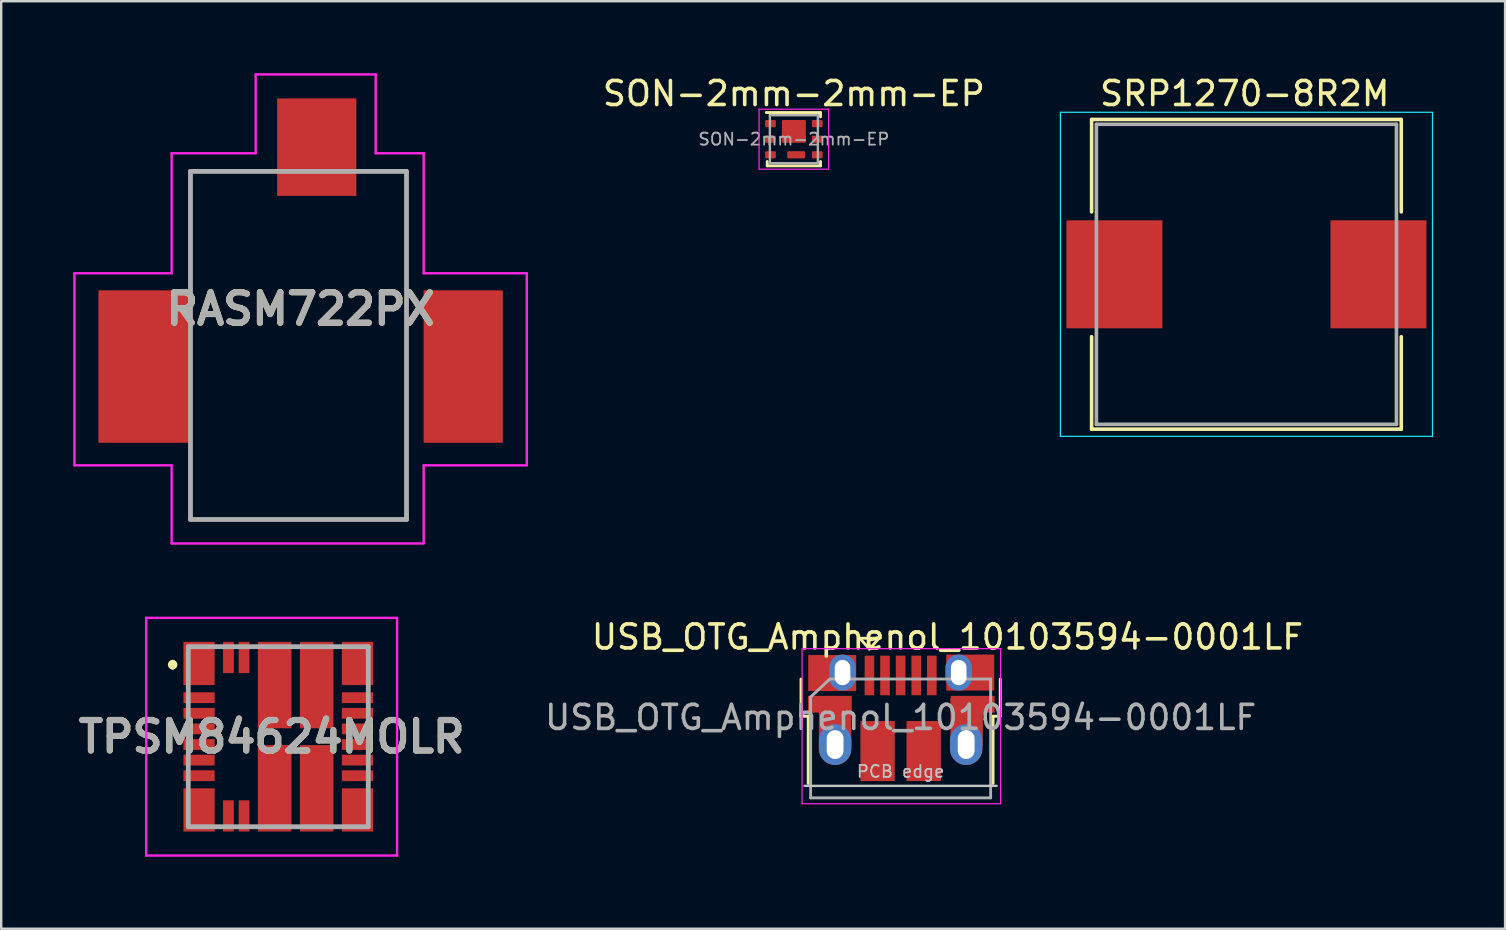
<source format=kicad_pcb>
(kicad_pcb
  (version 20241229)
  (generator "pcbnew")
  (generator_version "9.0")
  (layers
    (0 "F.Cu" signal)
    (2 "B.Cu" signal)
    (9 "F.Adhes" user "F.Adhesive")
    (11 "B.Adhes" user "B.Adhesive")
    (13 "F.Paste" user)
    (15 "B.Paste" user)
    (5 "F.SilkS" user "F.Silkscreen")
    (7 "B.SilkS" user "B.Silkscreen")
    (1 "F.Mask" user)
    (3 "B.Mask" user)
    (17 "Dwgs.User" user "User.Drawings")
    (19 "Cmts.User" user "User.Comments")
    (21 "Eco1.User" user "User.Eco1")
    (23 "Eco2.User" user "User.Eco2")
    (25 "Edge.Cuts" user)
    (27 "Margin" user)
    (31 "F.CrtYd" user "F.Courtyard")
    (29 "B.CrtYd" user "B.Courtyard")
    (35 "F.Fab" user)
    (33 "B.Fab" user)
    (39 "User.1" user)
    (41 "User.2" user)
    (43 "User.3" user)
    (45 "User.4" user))
  (footprint "TPSM84624MOLR"
    (layer "F.Cu")
    (at 8.542 27.64)
    (property "Reference" "TPSM84624MOLR" (at -0.275 0 0) (layer "F.SilkS") (effects (font (size 1.27 1.27) (thickness 0.254))))
    (attr smd)
    (fp_line (start -4.4 -3.1) (end -4.4 -3.1) (stroke (width 0.2) (type solid)) (layer "F.SilkS"))
    (fp_line (start -4.4 -2.9) (end -4.4 -2.9) (stroke (width 0.2) (type solid)) (layer "F.SilkS"))
    (fp_arc (start -4.4 -3.1) (mid -4.3 -3) (end -4.4 -2.9) (stroke (width 0.2) (type solid)) (layer "F.SilkS"))
    (fp_arc (start -4.4 -2.9) (mid -4.5 -3) (end -4.4 -3.1) (stroke (width 0.2) (type solid)) (layer "F.SilkS"))
    (fp_line (start -5.5 -4.95) (end 4.95 -4.95) (stroke (width 0.1) (type solid)) (layer "F.CrtYd"))
    (fp_line (start -5.5 4.95) (end -5.5 -4.95) (stroke (width 0.1) (type solid)) (layer "F.CrtYd"))
    (fp_line (start 4.95 -4.95) (end 4.95 4.95) (stroke (width 0.1) (type solid)) (layer "F.CrtYd"))
    (fp_line (start 4.95 4.95) (end -5.5 4.95) (stroke (width 0.1) (type solid)) (layer "F.CrtYd"))
    (fp_line (start -3.75 -3.75) (end 3.75 -3.75) (stroke (width 0.2) (type solid)) (layer "F.Fab"))
    (fp_line (start -3.75 3.75) (end -3.75 -3.75) (stroke (width 0.2) (type solid)) (layer "F.Fab"))
    (fp_line (start 3.75 -3.75) (end 3.75 3.75) (stroke (width 0.2) (type solid)) (layer "F.Fab"))
    (fp_line (start 3.75 3.75) (end -3.75 3.75) (stroke (width 0.2) (type solid)) (layer "F.Fab"))
    (fp_text user "${REFERENCE}" (at -0.275 0 0) (layer "F.Fab") (effects (font (size 1.27 1.27) (thickness 0.254))))
    (pad "1" smd rect (at -3.3 -3.05) (size 1.3 1.8) (layers "F.Cu" "F.Mask" "F.Paste"))
    (pad "2" smd rect (at -3.3 -1.625 90) (size 0.45 1.3) (layers "F.Cu" "F.Mask" "F.Paste"))
    (pad "3" smd rect (at -3.3 -0.975 90) (size 0.45 1.3) (layers "F.Cu" "F.Mask" "F.Paste"))
    (pad "4" smd rect (at -3.3 -0.325 90) (size 0.45 1.3) (layers "F.Cu" "F.Mask" "F.Paste"))
    (pad "5" smd rect (at -3.3 0.325 90) (size 0.45 1.3) (layers "F.Cu" "F.Mask" "F.Paste"))
    (pad "6" smd rect (at -3.3 0.975 90) (size 0.45 1.3) (layers "F.Cu" "F.Mask" "F.Paste"))
    (pad "7" smd rect (at -3.3 1.625 90) (size 0.45 1.3) (layers "F.Cu" "F.Mask" "F.Paste"))
    (pad "8" smd rect (at -3.3 3.05) (size 1.3 1.8) (layers "F.Cu" "F.Mask" "F.Paste"))
    (pad "9" smd rect (at -2.075 3.3) (size 0.45 1.3) (layers "F.Cu" "F.Mask" "F.Paste"))
    (pad "10" smd rect (at -1.425 3.3) (size 0.45 1.3) (layers "F.Cu" "F.Mask" "F.Paste"))
    (pad "11" smd rect (at -0.15 2.15) (size 1.4 3.6) (layers "F.Cu" "F.Mask" "F.Paste"))
    (pad "12" smd rect (at 1.6 2.15) (size 1.4 3.6) (layers "F.Cu" "F.Mask" "F.Paste"))
    (pad "13" smd rect (at 3.3 3.05) (size 1.3 1.8) (layers "F.Cu" "F.Mask" "F.Paste"))
    (pad "14" smd rect (at 3.3 1.625 90) (size 0.45 1.3) (layers "F.Cu" "F.Mask" "F.Paste"))
    (pad "15" smd rect (at 3.3 0.975 90) (size 0.45 1.3) (layers "F.Cu" "F.Mask" "F.Paste"))
    (pad "16" smd rect (at 3.3 0.325 90) (size 0.45 1.3) (layers "F.Cu" "F.Mask" "F.Paste"))
    (pad "17" smd rect (at 3.3 -0.325 90) (size 0.45 1.3) (layers "F.Cu" "F.Mask" "F.Paste"))
    (pad "18" smd rect (at 3.3 -0.975 90) (size 0.45 1.3) (layers "F.Cu" "F.Mask" "F.Paste"))
    (pad "19" smd rect (at 3.3 -1.625 90) (size 0.45 1.3) (layers "F.Cu" "F.Mask" "F.Paste"))
    (pad "20" smd rect (at 3.3 -3.05) (size 1.3 1.8) (layers "F.Cu" "F.Mask" "F.Paste"))
    (pad "21" smd rect (at 1.6 -2.15) (size 1.4 3.6) (layers "F.Cu" "F.Mask" "F.Paste"))
    (pad "22" smd rect (at -0.15 -2.15) (size 1.4 3.6) (layers "F.Cu" "F.Mask" "F.Paste"))
    (pad "23" smd rect (at -1.425 -3.3) (size 0.45 1.3) (layers "F.Cu" "F.Mask" "F.Paste"))
    (pad "24" smd rect (at -2.075 -3.3) (size 0.45 1.3) (layers "F.Cu" "F.Mask" "F.Paste")))
  (footprint "SON-2mm-2mm-EP"
    (layer "F.Cu")
    (at 30.022 2.748)
    (property "Reference" "SON-2mm-2mm-EP" (at 0 -1.9 0) (layer "F.SilkS") (effects (font (size 1 1) (thickness 0.15))))
    (attr smd)
    (fp_line (start -1.15 -1.11) (end 1.11 -1.11) (stroke (width 0.12) (type solid)) (layer "F.SilkS"))
    (fp_line (start -1.11 0.93) (end -1.11 1.11) (stroke (width 0.12) (type solid)) (layer "F.SilkS"))
    (fp_line (start -1.11 1.11) (end 1.11 1.11) (stroke (width 0.12) (type solid)) (layer "F.SilkS"))
    (fp_line (start 1.11 -1.11) (end 1.11 -0.93) (stroke (width 0.12) (type solid)) (layer "F.SilkS"))
    (fp_line (start 1.11 0.93) (end 1.11 1.11) (stroke (width 0.12) (type solid)) (layer "F.SilkS"))
    (fp_line (start -1.45 -1.25) (end -1.45 1.25) (stroke (width 0.05) (type solid)) (layer "F.CrtYd"))
    (fp_line (start -1.45 -1.25) (end 1.45 -1.25) (stroke (width 0.05) (type solid)) (layer "F.CrtYd"))
    (fp_line (start -1.45 1.25) (end 1.45 1.25) (stroke (width 0.05) (type solid)) (layer "F.CrtYd"))
    (fp_line (start 1.45 -1.25) (end 1.45 1.25) (stroke (width 0.05) (type solid)) (layer "F.CrtYd"))
    (fp_line (start -1 -1) (end -1 1) (stroke (width 0.1) (type solid)) (layer "F.Fab"))
    (fp_line (start -1 -1) (end 1 -1) (stroke (width 0.1) (type solid)) (layer "F.Fab"))
    (fp_line (start -1 1) (end 1 1) (stroke (width 0.1) (type solid)) (layer "F.Fab"))
    (fp_line (start 1 -1) (end 1 1) (stroke (width 0.1) (type solid)) (layer "F.Fab"))
    (fp_text user "${REFERENCE}" (at 0 0 0) (layer "F.Fab") (effects (font (size 0.5 0.5) (thickness 0.075))))
    (pad "" smd roundrect (at 0 -0.325) (size 0.9 0.86) (layers "F.Paste") (roundrect_rratio 0.058))
    (pad "" smd roundrect (at 0.095 0.65) (size 0.7 0.29) (layers "F.Paste") (roundrect_rratio 0.172))
    (pad "D" smd roundrect (at -0.975 -0.65) (size 0.45 0.3) (layers "F.Cu" "F.Mask" "F.Paste") (roundrect_rratio 0.167))
    (pad "D" smd roundrect (at -0.975 0) (size 0.45 0.3) (layers "F.Cu" "F.Mask" "F.Paste") (roundrect_rratio 0.167))
    (pad "D" smd roundrect (at 0 -0.325) (size 1 0.95) (layers "F.Cu" "F.Mask") (roundrect_rratio 0.053))
    (pad "D" smd roundrect (at 0.975 -0.65) (size 0.45 0.3) (layers "F.Cu" "F.Mask" "F.Paste") (roundrect_rratio 0.167))
    (pad "D" smd roundrect (at 0.975 0) (size 0.45 0.3) (layers "F.Cu" "F.Mask" "F.Paste") (roundrect_rratio 0.167))
    (pad "G" smd roundrect (at -0.975 0.65) (size 0.45 0.3) (layers "F.Cu" "F.Mask" "F.Paste") (roundrect_rratio 0.167))
    (pad "S" smd roundrect (at 0.095 0.65) (size 0.75 0.3) (layers "F.Cu" "F.Mask") (roundrect_rratio 0.167))
    (pad "S" smd roundrect (at 0.975 0.65) (size 0.45 0.3) (layers "F.Cu" "F.Mask" "F.Paste") (roundrect_rratio 0.167)))
  (footprint "SRP1270-8R2M"
    (layer "F.Cu")
    (at 48.875 8.378)
    (property "Reference" "SRP1270-8R2M" (at -0.07 -7.53 0) (layer "F.SilkS") (effects (font (size 1 1) (thickness 0.15))))
    (attr smd)
    (fp_line (start -6.45 -6.45) (end -6.45 -2.6) (stroke (width 0.15) (type solid)) (layer "F.SilkS"))
    (fp_line (start -6.45 -6.45) (end 6.45 -6.45) (stroke (width 0.15) (type solid)) (layer "F.SilkS"))
    (fp_line (start -6.45 2.6) (end -6.45 6.45) (stroke (width 0.15) (type solid)) (layer "F.SilkS"))
    (fp_line (start -6.45 6.45) (end 6.45 6.45) (stroke (width 0.15) (type solid)) (layer "F.SilkS"))
    (fp_line (start 6.45 -2.6) (end 6.45 -6.45) (stroke (width 0.15) (type solid)) (layer "F.SilkS"))
    (fp_line (start 6.45 2.6) (end 6.45 6.45) (stroke (width 0.15) (type solid)) (layer "F.SilkS"))
    (fp_line (start -7.75 -6.75) (end 7.75 -6.75) (stroke (width 0.05) (type solid)) (layer "B.CrtYd"))
    (fp_line (start -7.75 6.75) (end -7.75 -6.75) (stroke (width 0.05) (type solid)) (layer "B.CrtYd"))
    (fp_line (start 7.75 -6.75) (end 7.75 6.75) (stroke (width 0.05) (type solid)) (layer "B.CrtYd"))
    (fp_line (start 7.75 6.75) (end -7.75 6.75) (stroke (width 0.05) (type solid)) (layer "B.CrtYd"))
    (fp_line (start -6.25 -6.25) (end -6.25 6.25) (stroke (width 0.15) (type solid)) (layer "F.Fab"))
    (fp_line (start -6.25 6.25) (end 6.25 6.25) (stroke (width 0.15) (type solid)) (layer "F.Fab"))
    (fp_line (start 6.25 -6.25) (end -6.25 -6.25) (stroke (width 0.15) (type solid)) (layer "F.Fab"))
    (fp_line (start 6.25 6.25) (end 6.25 -6.25) (stroke (width 0.15) (type solid)) (layer "F.Fab"))
    (pad "1" smd rect (at -5.5 0) (size 4 4.5) (layers "F.Cu" "F.Mask" "F.Paste"))
    (pad "2" smd rect (at 5.5 0) (size 4 4.5) (layers "F.Cu" "F.Mask" "F.Paste")))
  (footprint "USB_OTG_Amphenol_10103594-0001LF"
    (layer "F.Cu")
    (at 34.494 26.853)
    (property "Reference" "USB_OTG_Amphenol_10103594-0001LF" (at 1.925 -3.365 0) (layer "F.SilkS") (effects (font (size 1 1) (thickness 0.15))))
    (attr smd)
    (fp_line (start -4.175 -0.065) (end -4.175 -1.615) (stroke (width 0.12) (type solid)) (layer "F.SilkS"))
    (fp_line (start -4.175 -0.065) (end -3.875 -0.065) (stroke (width 0.12) (type solid)) (layer "F.SilkS"))
    (fp_line (start -3.875 2.735) (end -3.875 -0.065) (stroke (width 0.12) (type solid)) (layer "F.SilkS"))
    (fp_line (start -1.725 -3.315) (end -0.925 -3.315) (stroke (width 0.12) (type solid)) (layer "F.SilkS"))
    (fp_line (start -1.325 -2.865) (end -1.725 -3.315) (stroke (width 0.12) (type solid)) (layer "F.SilkS"))
    (fp_line (start -0.925 -3.315) (end -1.325 -2.865) (stroke (width 0.12) (type solid)) (layer "F.SilkS"))
    (fp_line (start 3.825 -0.065) (end 4.125 -0.065) (stroke (width 0.12) (type solid)) (layer "F.SilkS"))
    (fp_line (start 3.825 2.735) (end 3.825 -0.065) (stroke (width 0.12) (type solid)) (layer "F.SilkS"))
    (fp_line (start 4.125 -0.065) (end 4.125 -1.615) (stroke (width 0.12) (type solid)) (layer "F.SilkS"))
    (fp_line (start -4.025 2.835) (end 3.975 2.835) (stroke (width 0.1) (type solid)) (layer "Dwgs.User"))
    (fp_line (start -4.13 -2.88) (end -4.13 3.58) (stroke (width 0.05) (type solid)) (layer "F.CrtYd"))
    (fp_line (start -4.13 -2.88) (end 4.14 -2.88) (stroke (width 0.05) (type solid)) (layer "F.CrtYd"))
    (fp_line (start 4.14 3.58) (end -4.13 3.58) (stroke (width 0.05) (type solid)) (layer "F.CrtYd"))
    (fp_line (start 4.14 3.58) (end 4.14 -2.88) (stroke (width 0.05) (type solid)) (layer "F.CrtYd"))
    (fp_line (start -3.775 -0.865) (end -2.975 -1.615) (stroke (width 0.12) (type solid)) (layer "F.Fab"))
    (fp_line (start -3.775 3.335) (end -3.775 -0.865) (stroke (width 0.12) (type solid)) (layer "F.Fab"))
    (fp_line (start -2.975 -1.615) (end 3.725 -1.615) (stroke (width 0.12) (type solid)) (layer "F.Fab"))
    (fp_line (start 3.725 -1.615) (end 3.725 3.335) (stroke (width 0.12) (type solid)) (layer "F.Fab"))
    (fp_line (start 3.725 3.335) (end -3.775 3.335) (stroke (width 0.12) (type solid)) (layer "F.Fab"))
    (fp_text user "PCB edge" (at -0.025 2.235 0) (layer "Dwgs.User") (effects (font (size 0.5 0.5) (thickness 0.075))))
    (fp_text user "${REFERENCE}" (at -0.025 -0.015 0) (layer "F.Fab") (effects (font (size 1 1) (thickness 0.15))))
    (pad "1" smd rect (at -1.325 -1.765 90) (size 1.65 0.4) (layers "F.Cu" "F.Mask" "F.Paste"))
    (pad "2" smd rect (at -0.675 -1.765 90) (size 1.65 0.4) (layers "F.Cu" "F.Mask" "F.Paste"))
    (pad "3" smd rect (at -0.025 -1.765 90) (size 1.65 0.4) (layers "F.Cu" "F.Mask" "F.Paste"))
    (pad "4" smd rect (at 0.625 -1.765 90) (size 1.65 0.4) (layers "F.Cu" "F.Mask" "F.Paste"))
    (pad "5" smd rect (at 1.275 -1.765 90) (size 1.65 0.4) (layers "F.Cu" "F.Mask" "F.Paste"))
    (pad "6" smd rect (at -2.975 -0.565) (size 1.825 0.7) (layers "F.Cu" "F.Mask" "F.Paste"))
    (pad "6" smd rect (at -2.875 -1.865) (size 2 1.5) (layers "F.Cu" "F.Mask" "F.Paste"))
    (pad "6" smd rect (at -2.755 0.185) (size 1.35 2) (layers "F.Cu" "F.Mask" "F.Paste"))
    (pad "6" thru_hole oval (at -2.755 1.115 90) (size 1.7 1.35) (drill oval 1.2 0.7) (layers "*.Cu" "*.Mask"))
    (pad "6" thru_hole oval (at -2.445 -1.885 90) (size 1.5 1.1) (drill oval 1.05 0.65) (layers "*.Cu" "*.Mask"))
    (pad "6" smd rect (at -0.985 1.385 90) (size 2.5 1.43) (layers "F.Cu" "F.Mask" "F.Paste"))
    (pad "6" smd rect (at 0.935 1.385 90) (size 2.5 1.43) (layers "F.Cu" "F.Mask" "F.Paste"))
    (pad "6" thru_hole oval (at 2.395 -1.885 90) (size 1.5 1.1) (drill oval 1.05 0.65) (layers "*.Cu" "*.Mask"))
    (pad "6" thru_hole oval (at 2.705 1.115 90) (size 1.7 1.35) (drill oval 1.2 0.7) (layers "*.Cu" "*.Mask"))
    (pad "6" smd rect (at 2.725 0.185) (size 1.35 2) (layers "F.Cu" "F.Mask" "F.Paste"))
    (pad "6" smd rect (at 2.875 -1.885) (size 2 1.5) (layers "F.Cu" "F.Mask" "F.Paste"))
    (pad "6" smd rect (at 2.975 -0.565) (size 1.825 0.7) (layers "F.Cu" "F.Mask" "F.Paste")))
  (footprint "RASM722PX"
    (layer "F.Cu")
    (at 9.6 10.835)
    (property "Reference" "RASM722PX" (at -0.128 -1.015 0) (layer "F.SilkS") (effects (font (size 1.27 1.27) (thickness 0.254))))
    (attr through_hole)
    (fp_line (start -4.715 -6.745) (end -1.455 -6.745) (stroke (width 0.1) (type solid)) (layer "F.SilkS"))
    (fp_line (start -4.715 -2.245) (end -4.715 -6.745) (stroke (width 0.1) (type solid)) (layer "F.SilkS"))
    (fp_line (start -4.715 7.755) (end -4.715 5.755) (stroke (width 0.1) (type solid)) (layer "F.SilkS"))
    (fp_line (start 2.545 -6.745) (end 4.285 -6.745) (stroke (width 0.1) (type solid)) (layer "F.SilkS"))
    (fp_line (start 4.285 -6.745) (end 4.285 7.755) (stroke (width 0.1) (type solid)) (layer "F.SilkS"))
    (fp_line (start 4.285 7.755) (end -4.715 7.755) (stroke (width 0.1) (type solid)) (layer "F.SilkS"))
    (fp_line (start -9.55 -2.5) (end -5.5 -2.5) (stroke (width 0.1) (type solid)) (layer "F.CrtYd"))
    (fp_line (start -9.55 5.5) (end -9.55 -2.5) (stroke (width 0.1) (type solid)) (layer "F.CrtYd"))
    (fp_line (start -5.5 -7.5) (end -2 -7.5) (stroke (width 0.1) (type solid)) (layer "F.CrtYd"))
    (fp_line (start -5.5 -2.5) (end -5.5 -7.5) (stroke (width 0.1) (type solid)) (layer "F.CrtYd"))
    (fp_line (start -5.5 5.5) (end -9.55 5.5) (stroke (width 0.1) (type solid)) (layer "F.CrtYd"))
    (fp_line (start -5.5 8.755) (end -5.5 5.5) (stroke (width 0.1) (type solid)) (layer "F.CrtYd"))
    (fp_line (start -2 -10.785) (end 3 -10.785) (stroke (width 0.1) (type solid)) (layer "F.CrtYd"))
    (fp_line (start -2 -7.5) (end -2 -10.785) (stroke (width 0.1) (type solid)) (layer "F.CrtYd"))
    (fp_line (start 3 -10.785) (end 3 -7.5) (stroke (width 0.1) (type solid)) (layer "F.CrtYd"))
    (fp_line (start 3 -7.5) (end 5 -7.5) (stroke (width 0.1) (type solid)) (layer "F.CrtYd"))
    (fp_line (start 5 -7.5) (end 5 -2.5) (stroke (width 0.1) (type solid)) (layer "F.CrtYd"))
    (fp_line (start 5 -2.5) (end 9.295 -2.5) (stroke (width 0.1) (type solid)) (layer "F.CrtYd"))
    (fp_line (start 5 5.5) (end 5 8.75) (stroke (width 0.1) (type solid)) (layer "F.CrtYd"))
    (fp_line (start 5 8.755) (end -5.5 8.755) (stroke (width 0.1) (type solid)) (layer "F.CrtYd"))
    (fp_line (start 9.295 -2.5) (end 9.295 5.5) (stroke (width 0.1) (type solid)) (layer "F.CrtYd"))
    (fp_line (start 9.295 5.5) (end 5 5.5) (stroke (width 0.1) (type solid)) (layer "F.CrtYd"))
    (fp_line (start -4.715 -6.745) (end 4.285 -6.745) (stroke (width 0.2) (type solid)) (layer "F.Fab"))
    (fp_line (start -4.715 7.755) (end -4.715 -6.745) (stroke (width 0.2) (type solid)) (layer "F.Fab"))
    (fp_line (start 4.285 -6.745) (end 4.285 7.755) (stroke (width 0.2) (type solid)) (layer "F.Fab"))
    (fp_line (start 4.285 7.755) (end -4.715 7.755) (stroke (width 0.2) (type solid)) (layer "F.Fab"))
    (fp_text user "${REFERENCE}" (at -0.128 -1.015 0) (layer "F.Fab") (effects (font (size 1.27 1.27) (thickness 0.254))))
    (pad "" np_thru_hole circle (at -0.215 5.145) (size 0.001 0.001) (drill 1.78) (layers "*.Cu" "*.Mask"))
    (pad "1" smd rect (at -6.645 1.385) (size 3.81 6.35) (layers "F.Cu" "F.Mask" "F.Paste"))
    (pad "2" smd rect (at 6.645 1.385) (size 3.3 6.35) (layers "F.Cu" "F.Mask" "F.Paste"))
    (pad "3" smd rect (at 0.545 -7.755) (size 3.3 4.06) (layers "F.Cu" "F.Mask" "F.Paste")))
  (gr_rect
    (start -3 -3)
    (end 59.65 35.64)
    (stroke (width 0.1) (type default))
    (fill no)
    (layer "Edge.Cuts")))
</source>
